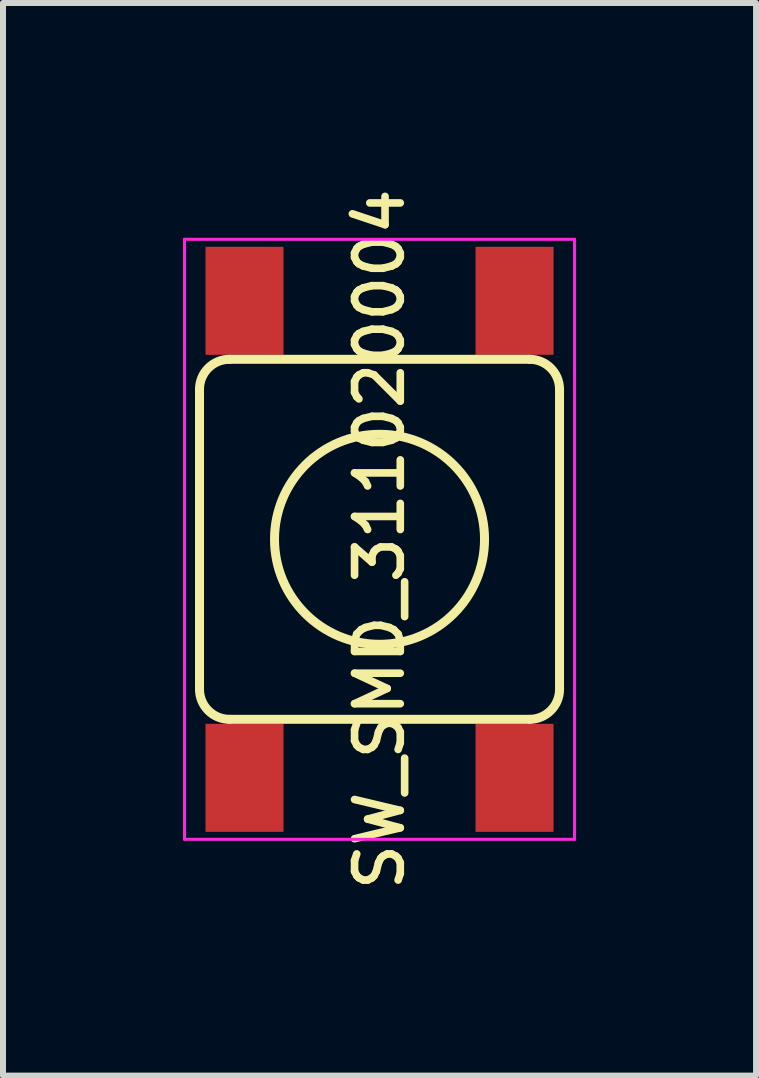
<source format=kicad_pcb>
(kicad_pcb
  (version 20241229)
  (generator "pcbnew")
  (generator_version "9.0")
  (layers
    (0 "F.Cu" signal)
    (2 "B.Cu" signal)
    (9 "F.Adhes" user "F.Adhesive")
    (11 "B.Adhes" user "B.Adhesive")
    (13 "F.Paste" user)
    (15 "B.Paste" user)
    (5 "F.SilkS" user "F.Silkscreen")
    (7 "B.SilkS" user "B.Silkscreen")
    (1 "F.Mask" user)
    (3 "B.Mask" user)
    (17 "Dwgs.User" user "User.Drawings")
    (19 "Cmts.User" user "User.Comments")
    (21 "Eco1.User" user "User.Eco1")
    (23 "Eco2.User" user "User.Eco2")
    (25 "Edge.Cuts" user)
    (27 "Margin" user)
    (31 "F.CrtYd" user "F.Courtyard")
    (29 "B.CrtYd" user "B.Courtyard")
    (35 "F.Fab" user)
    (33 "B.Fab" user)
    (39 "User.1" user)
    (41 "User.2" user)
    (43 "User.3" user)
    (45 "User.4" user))
  (footprint "SW_SMD_311020004"
    (layer "F.Cu")
    (at 3.275 5.938)
    (property "Reference" "SW_SMD_311020004" (at 0 0 270) (layer "F.SilkS") (effects (font (size 0.762 0.762) (thickness 0.127))))
    (attr smd)
    (fp_line (start -3 2.5) (end -3 -2.5) (stroke (width 0.15) (type solid)) (layer "F.SilkS"))
    (fp_line (start -2.5 -3) (end 2.5 -3) (stroke (width 0.15) (type solid)) (layer "F.SilkS"))
    (fp_line (start 2.5 3) (end -2.5 3) (stroke (width 0.15) (type solid)) (layer "F.SilkS"))
    (fp_line (start 3 -2.5) (end 3 2.5) (stroke (width 0.15) (type solid)) (layer "F.SilkS"))
    (fp_arc (start -3 -2.5) (mid -2.853553 -2.853553) (end -2.5 -3) (stroke (width 0.15) (type solid)) (layer "F.SilkS"))
    (fp_arc (start -2.5 3) (mid -2.853553 2.853553) (end -3 2.5) (stroke (width 0.15) (type solid)) (layer "F.SilkS"))
    (fp_arc (start 2.5 -3) (mid 2.853553 -2.853553) (end 3 -2.5) (stroke (width 0.15) (type solid)) (layer "F.SilkS"))
    (fp_arc (start 3 2.5) (mid 2.853553 2.853553) (end 2.5 3) (stroke (width 0.15) (type solid)) (layer "F.SilkS"))
    (fp_circle (center 0 0) (end -1.75 0) (stroke (width 0.15) (type solid)) (fill no) (layer "F.SilkS"))
    (fp_line (start -3.25 -5) (end -3.25 5) (stroke (width 0.05) (type solid)) (layer "F.CrtYd"))
    (fp_line (start -3.25 5) (end 3.25 5) (stroke (width 0.05) (type solid)) (layer "F.CrtYd"))
    (fp_line (start 3.25 -5) (end -3.25 -5) (stroke (width 0.05) (type solid)) (layer "F.CrtYd"))
    (fp_line (start 3.25 5) (end 3.25 -5) (stroke (width 0.05) (type solid)) (layer "F.CrtYd"))
    (pad "1" smd rect (at -2.25 -3.975 270) (size 1.8 1.3) (layers "F.Cu" "F.Mask" "F.Paste"))
    (pad "2" smd rect (at 2.25 -3.975 270) (size 1.8 1.3) (layers "F.Cu" "F.Mask" "F.Paste"))
    (pad "3" smd rect (at -2.25 3.975 270) (size 1.8 1.3) (layers "F.Cu" "F.Mask" "F.Paste"))
    (pad "4" smd rect (at 2.25 3.975 270) (size 1.8 1.3) (layers "F.Cu" "F.Mask" "F.Paste")))
  (gr_rect
    (start -3 -3)
    (end 9.55 14.876)
    (stroke (width 0.1) (type default))
    (fill no)
    (layer "Edge.Cuts")))
</source>
